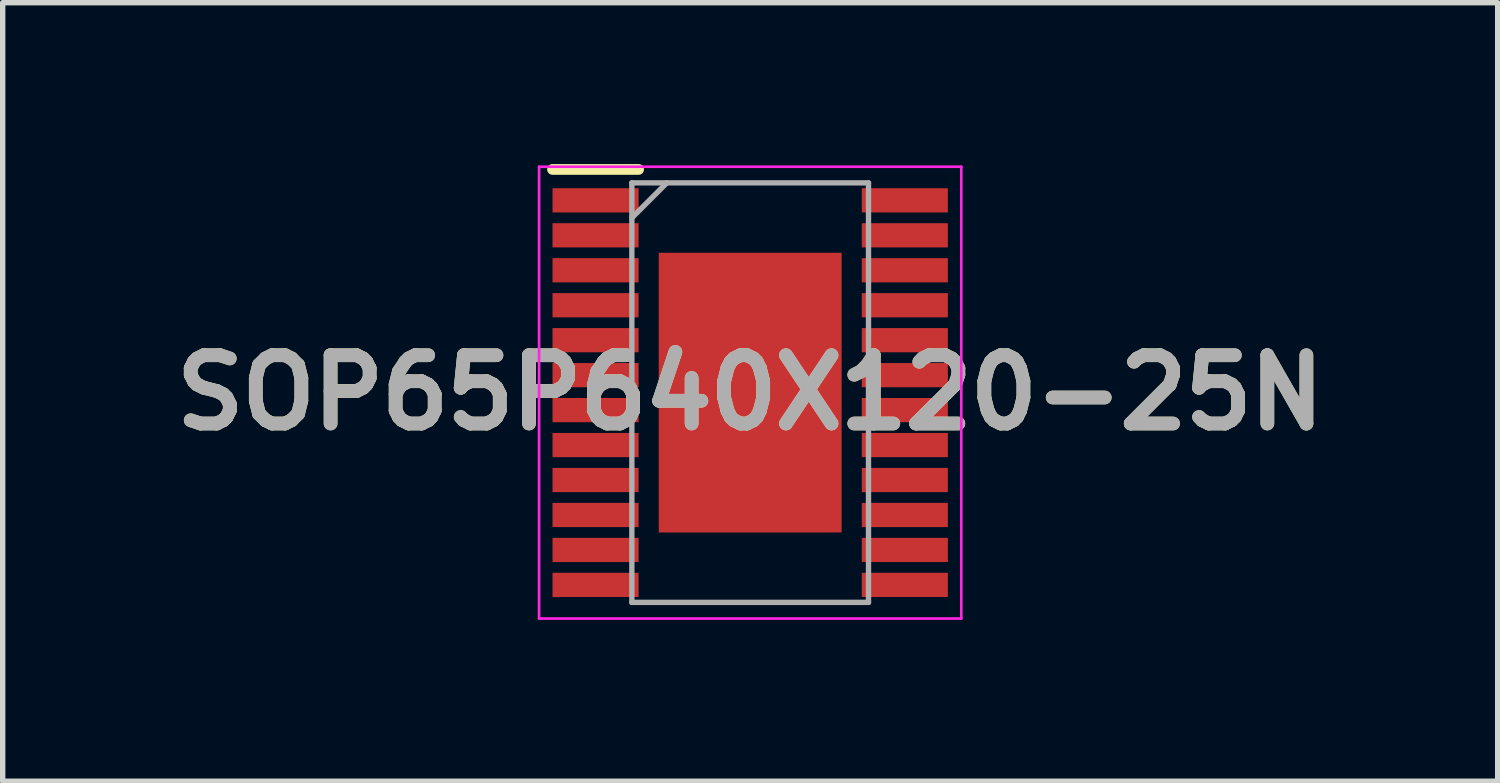
<source format=kicad_pcb>
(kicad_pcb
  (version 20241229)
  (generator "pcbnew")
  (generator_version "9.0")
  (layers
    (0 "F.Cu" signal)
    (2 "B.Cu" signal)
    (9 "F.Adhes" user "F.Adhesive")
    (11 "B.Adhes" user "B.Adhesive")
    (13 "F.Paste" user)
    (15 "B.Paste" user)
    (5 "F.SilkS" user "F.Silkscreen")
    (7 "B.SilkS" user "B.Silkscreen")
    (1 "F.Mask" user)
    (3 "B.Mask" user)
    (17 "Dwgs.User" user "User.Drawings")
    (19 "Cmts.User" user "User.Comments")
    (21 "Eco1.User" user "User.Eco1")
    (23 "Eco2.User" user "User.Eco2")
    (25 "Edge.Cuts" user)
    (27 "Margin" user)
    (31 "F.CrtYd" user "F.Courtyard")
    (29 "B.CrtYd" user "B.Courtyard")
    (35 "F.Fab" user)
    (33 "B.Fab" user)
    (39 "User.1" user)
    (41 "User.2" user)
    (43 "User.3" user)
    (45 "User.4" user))
  (footprint "SOP65P640X120-25N"
    (layer "F.Cu")
    (at 10.898 4.25)
    (property "Reference" "SOP65P640X120-25N" (at 0 0 0) (layer "F.SilkS") (effects (font (size 1.27 1.27) (thickness 0.254))))
    (attr smd)
    (fp_line (start -3.675 -4.15) (end -2.075 -4.15) (stroke (width 0.2) (type solid)) (layer "F.SilkS"))
    (fp_line (start -3.925 -4.2) (end 3.925 -4.2) (stroke (width 0.05) (type solid)) (layer "F.CrtYd"))
    (fp_line (start -3.925 4.2) (end -3.925 -4.2) (stroke (width 0.05) (type solid)) (layer "F.CrtYd"))
    (fp_line (start 3.925 -4.2) (end 3.925 4.2) (stroke (width 0.05) (type solid)) (layer "F.CrtYd"))
    (fp_line (start 3.925 4.2) (end -3.925 4.2) (stroke (width 0.05) (type solid)) (layer "F.CrtYd"))
    (fp_line (start -2.2 -3.9) (end 2.2 -3.9) (stroke (width 0.1) (type solid)) (layer "F.Fab"))
    (fp_line (start -2.2 -3.25) (end -1.55 -3.9) (stroke (width 0.1) (type solid)) (layer "F.Fab"))
    (fp_line (start -2.2 3.9) (end -2.2 -3.9) (stroke (width 0.1) (type solid)) (layer "F.Fab"))
    (fp_line (start 2.2 -3.9) (end 2.2 3.9) (stroke (width 0.1) (type solid)) (layer "F.Fab"))
    (fp_line (start 2.2 3.9) (end -2.2 3.9) (stroke (width 0.1) (type solid)) (layer "F.Fab"))
    (fp_text user "${REFERENCE}" (at 0 0 0) (layer "F.Fab") (effects (font (size 1.27 1.27) (thickness 0.254))))
    (pad "1" smd rect (at -2.875 -3.575 90) (size 0.45 1.6) (layers "F.Cu" "F.Mask" "F.Paste"))
    (pad "2" smd rect (at -2.875 -2.925 90) (size 0.45 1.6) (layers "F.Cu" "F.Mask" "F.Paste"))
    (pad "3" smd rect (at -2.875 -2.275 90) (size 0.45 1.6) (layers "F.Cu" "F.Mask" "F.Paste"))
    (pad "4" smd rect (at -2.875 -1.625 90) (size 0.45 1.6) (layers "F.Cu" "F.Mask" "F.Paste"))
    (pad "5" smd rect (at -2.875 -0.975 90) (size 0.45 1.6) (layers "F.Cu" "F.Mask" "F.Paste"))
    (pad "6" smd rect (at -2.875 -0.325 90) (size 0.45 1.6) (layers "F.Cu" "F.Mask" "F.Paste"))
    (pad "7" smd rect (at -2.875 0.325 90) (size 0.45 1.6) (layers "F.Cu" "F.Mask" "F.Paste"))
    (pad "8" smd rect (at -2.875 0.975 90) (size 0.45 1.6) (layers "F.Cu" "F.Mask" "F.Paste"))
    (pad "9" smd rect (at -2.875 1.625 90) (size 0.45 1.6) (layers "F.Cu" "F.Mask" "F.Paste"))
    (pad "10" smd rect (at -2.875 2.275 90) (size 0.45 1.6) (layers "F.Cu" "F.Mask" "F.Paste"))
    (pad "11" smd rect (at -2.875 2.925 90) (size 0.45 1.6) (layers "F.Cu" "F.Mask" "F.Paste"))
    (pad "12" smd rect (at -2.875 3.575 90) (size 0.45 1.6) (layers "F.Cu" "F.Mask" "F.Paste"))
    (pad "13" smd rect (at 2.875 3.575 90) (size 0.45 1.6) (layers "F.Cu" "F.Mask" "F.Paste"))
    (pad "14" smd rect (at 2.875 2.925 90) (size 0.45 1.6) (layers "F.Cu" "F.Mask" "F.Paste"))
    (pad "15" smd rect (at 2.875 2.275 90) (size 0.45 1.6) (layers "F.Cu" "F.Mask" "F.Paste"))
    (pad "16" smd rect (at 2.875 1.625 90) (size 0.45 1.6) (layers "F.Cu" "F.Mask" "F.Paste"))
    (pad "17" smd rect (at 2.875 0.975 90) (size 0.45 1.6) (layers "F.Cu" "F.Mask" "F.Paste"))
    (pad "18" smd rect (at 2.875 0.325 90) (size 0.45 1.6) (layers "F.Cu" "F.Mask" "F.Paste"))
    (pad "19" smd rect (at 2.875 -0.325 90) (size 0.45 1.6) (layers "F.Cu" "F.Mask" "F.Paste"))
    (pad "20" smd rect (at 2.875 -0.975 90) (size 0.45 1.6) (layers "F.Cu" "F.Mask" "F.Paste"))
    (pad "21" smd rect (at 2.875 -1.625 90) (size 0.45 1.6) (layers "F.Cu" "F.Mask" "F.Paste"))
    (pad "22" smd rect (at 2.875 -2.275 90) (size 0.45 1.6) (layers "F.Cu" "F.Mask" "F.Paste"))
    (pad "23" smd rect (at 2.875 -2.925 90) (size 0.45 1.6) (layers "F.Cu" "F.Mask" "F.Paste"))
    (pad "24" smd rect (at 2.875 -3.575 90) (size 0.45 1.6) (layers "F.Cu" "F.Mask" "F.Paste"))
    (pad "25" smd rect (at 0 0) (size 3.4 5.2) (layers "F.Cu" "F.Mask" "F.Paste")))
  (gr_rect
    (start -3 -3)
    (end 24.796 11.475)
    (stroke (width 0.1) (type default))
    (fill no)
    (layer "Edge.Cuts")))
</source>
